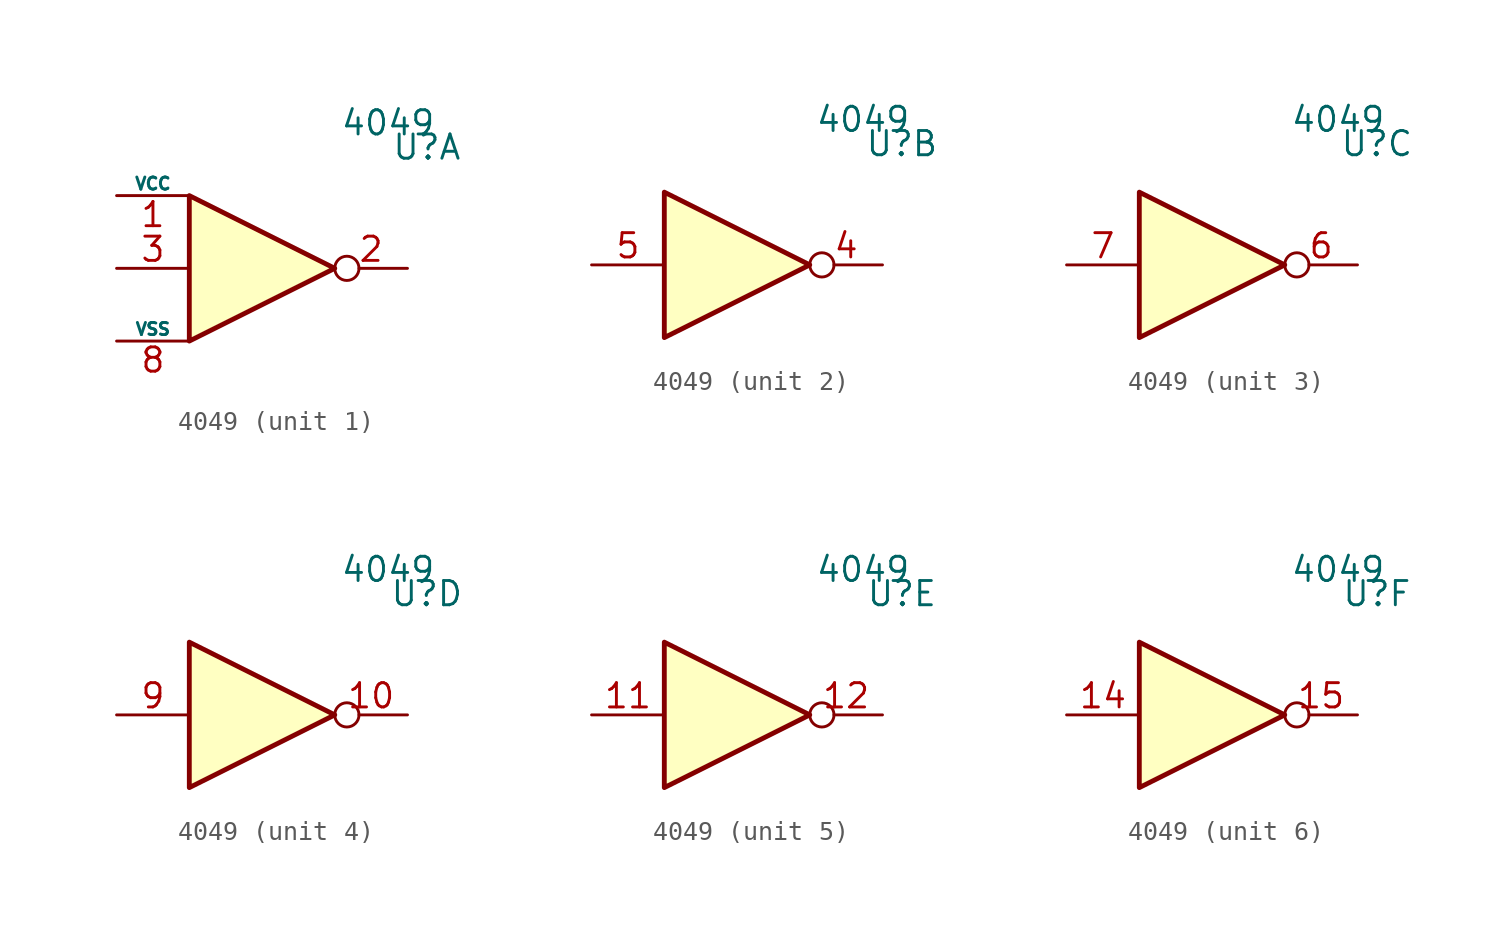
<source format=kicad_sym>
(kicad_symbol_lib
  (version 20231120)
  (generator "kicad_symbol_editor")
  (generator_version "8.0")
  (symbol "4049"
    (pin_names
      (offset 0))
    (property "Reference" "U"
      (at 8.636 6.35 0)
      (effects (font (size 1.27 1.27))))
    (property "Value" "4049"
      (at 6.604 7.62 0)
      (effects (font (size 1.27 1.27))))
    (property "ki_locked" ""
      (at 0 0 0)
      (effects (font (size 1.27 1.27))))
    (symbol "4049_1_0"
      (polyline (pts (xy -3.81 3.81) (xy -3.81 -3.81) (xy 3.81 0) (xy -3.81 3.81)) (stroke (width 0.254) (type default)) (fill (type background)))
      (pin output inverted (at 7.62 0 180) (length 3.81) (name "~" (effects (font (size 1.27 1.27)))) (number "2" (effects (font (size 1.27 1.27)))))
      (pin input line (at -7.62 0 0) (length 3.81) (name "~" (effects (font (size 1.27 1.27)))) (number "3" (effects (font (size 1.27 1.27))))))
    (symbol "4049_1_1"
      (pin power_in line (at -7.62 3.81 0) (length 3.81) (name "VCC" (effects (font (size 0.635 0.635)))) (number "1" (effects (font (size 1.27 1.27)))))
      (pin power_in line (at -7.62 -3.81 0) (length 3.81) (name "VSS" (effects (font (size 0.635 0.635)))) (number "8" (effects (font (size 1.27 1.27))))))
    (symbol "4049_2_0"
      (polyline (pts (xy -3.81 3.81) (xy -3.81 -3.81) (xy 3.81 0) (xy -3.81 3.81)) (stroke (width 0.254) (type default)) (fill (type background)))
      (pin output inverted (at 7.62 0 180) (length 3.81) (name "~" (effects (font (size 1.27 1.27)))) (number "4" (effects (font (size 1.27 1.27)))))
      (pin input line (at -7.62 0 0) (length 3.81) (name "~" (effects (font (size 1.27 1.27)))) (number "5" (effects (font (size 1.27 1.27))))))
    (symbol "4049_3_0"
      (polyline (pts (xy -3.81 3.81) (xy -3.81 -3.81) (xy 3.81 0) (xy -3.81 3.81)) (stroke (width 0.254) (type default)) (fill (type background)))
      (pin output inverted (at 7.62 0 180) (length 3.81) (name "~" (effects (font (size 1.27 1.27)))) (number "6" (effects (font (size 1.27 1.27)))))
      (pin input line (at -7.62 0 0) (length 3.81) (name "~" (effects (font (size 1.27 1.27)))) (number "7" (effects (font (size 1.27 1.27))))))
    (symbol "4049_4_0"
      (polyline (pts (xy -3.81 3.81) (xy -3.81 -3.81) (xy 3.81 0) (xy -3.81 3.81)) (stroke (width 0.254) (type default)) (fill (type background)))
      (pin output inverted (at 7.62 0 180) (length 3.81) (name "~" (effects (font (size 1.27 1.27)))) (number "10" (effects (font (size 1.27 1.27)))))
      (pin input line (at -7.62 0 0) (length 3.81) (name "~" (effects (font (size 1.27 1.27)))) (number "9" (effects (font (size 1.27 1.27))))))
    (symbol "4049_5_0"
      (polyline (pts (xy -3.81 3.81) (xy -3.81 -3.81) (xy 3.81 0) (xy -3.81 3.81)) (stroke (width 0.254) (type default)) (fill (type background)))
      (pin input line (at -7.62 0 0) (length 3.81) (name "~" (effects (font (size 1.27 1.27)))) (number "11" (effects (font (size 1.27 1.27)))))
      (pin output inverted (at 7.62 0 180) (length 3.81) (name "~" (effects (font (size 1.27 1.27)))) (number "12" (effects (font (size 1.27 1.27))))))
    (symbol "4049_6_0"
      (polyline (pts (xy -3.81 3.81) (xy -3.81 -3.81) (xy 3.81 0) (xy -3.81 3.81)) (stroke (width 0.254) (type default)) (fill (type background)))
      (pin input line (at -7.62 0 0) (length 3.81) (name "~" (effects (font (size 1.27 1.27)))) (number "14" (effects (font (size 1.27 1.27)))))
      (pin output inverted (at 7.62 0 180) (length 3.81) (name "~" (effects (font (size 1.27 1.27)))) (number "15" (effects (font (size 1.27 1.27))))))))
</source>
